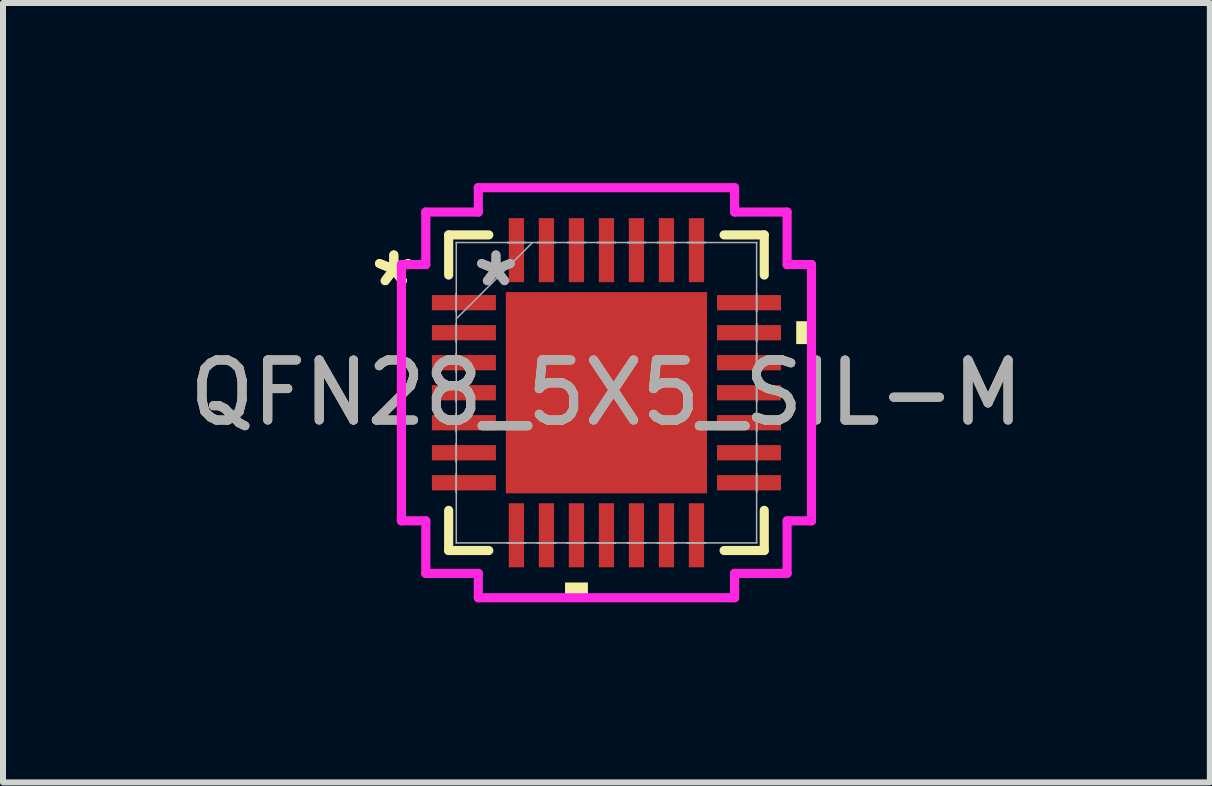
<source format=kicad_pcb>
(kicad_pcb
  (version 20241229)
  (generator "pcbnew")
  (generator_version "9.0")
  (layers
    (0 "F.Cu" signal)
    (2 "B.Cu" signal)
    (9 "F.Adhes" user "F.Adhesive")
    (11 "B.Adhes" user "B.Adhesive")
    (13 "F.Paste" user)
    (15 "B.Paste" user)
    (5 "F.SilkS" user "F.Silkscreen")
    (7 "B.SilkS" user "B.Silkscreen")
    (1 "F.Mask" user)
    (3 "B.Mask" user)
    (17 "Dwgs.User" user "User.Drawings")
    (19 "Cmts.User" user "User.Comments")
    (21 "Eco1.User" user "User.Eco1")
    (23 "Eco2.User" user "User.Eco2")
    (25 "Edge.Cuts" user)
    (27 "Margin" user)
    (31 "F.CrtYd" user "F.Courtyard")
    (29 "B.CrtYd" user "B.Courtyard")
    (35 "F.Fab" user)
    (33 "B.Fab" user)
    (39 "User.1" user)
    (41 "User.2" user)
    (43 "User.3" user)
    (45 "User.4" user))
  (footprint "QFN28_5X5_SIL-M"
    (layer "F.Cu")
    (at 7.054 3.493)
    (property "Reference" "QFN28_5X5_SIL-M" (at 0 0 0) (unlocked yes) (layer "F.SilkS") (effects (font (size 1 1) (thickness 0.15))))
    (attr smd)
    (fp_line (start -2.629 -2.629) (end -2.629 -1.96) (stroke (width 0.152) (type solid)) (layer "F.SilkS"))
    (fp_line (start -2.629 1.96) (end -2.629 2.629) (stroke (width 0.152) (type solid)) (layer "F.SilkS"))
    (fp_line (start -2.629 2.629) (end -1.96 2.629) (stroke (width 0.152) (type solid)) (layer "F.SilkS"))
    (fp_line (start -1.96 -2.629) (end -2.629 -2.629) (stroke (width 0.152) (type solid)) (layer "F.SilkS"))
    (fp_line (start 1.96 2.629) (end 2.629 2.629) (stroke (width 0.152) (type solid)) (layer "F.SilkS"))
    (fp_line (start 2.629 -2.629) (end 1.96 -2.629) (stroke (width 0.152) (type solid)) (layer "F.SilkS"))
    (fp_line (start 2.629 -1.96) (end 2.629 -2.629) (stroke (width 0.152) (type solid)) (layer "F.SilkS"))
    (fp_line (start 2.629 2.629) (end 2.629 1.96) (stroke (width 0.152) (type solid)) (layer "F.SilkS"))
    (fp_poly (pts (xy -0.69 3.162) (xy -0.69 3.416) (xy -0.309 3.416) (xy -0.309 3.162)) (stroke (width 0) (type solid)) (fill yes) (layer "F.SilkS"))
    (fp_poly (pts (xy 3.416 -1.191) (xy 3.416 -0.81) (xy 3.162 -0.81) (xy 3.162 -1.191)) (stroke (width 0) (type solid)) (fill yes) (layer "F.SilkS"))
    (fp_poly (pts (xy -1.576 -1.576) (xy -1.576 -0.1) (xy -0.1 -0.1) (xy -0.1 -1.576)) (stroke (width 0) (type solid)) (fill yes) (layer "F.Paste"))
    (fp_poly (pts (xy -1.576 0.1) (xy -1.576 1.576) (xy -0.1 1.576) (xy -0.1 0.1)) (stroke (width 0) (type solid)) (fill yes) (layer "F.Paste"))
    (fp_poly (pts (xy 0.1 -1.576) (xy 0.1 -0.1) (xy 1.576 -0.1) (xy 1.576 -1.576)) (stroke (width 0) (type solid)) (fill yes) (layer "F.Paste"))
    (fp_poly (pts (xy 0.1 0.1) (xy 0.1 1.576) (xy 1.576 1.576) (xy 1.576 0.1)) (stroke (width 0) (type solid)) (fill yes) (layer "F.Paste"))
    (fp_line (start -3.416 -2.135) (end -3.01 -2.135) (stroke (width 0.152) (type solid)) (layer "F.CrtYd"))
    (fp_line (start -3.416 2.135) (end -3.416 -2.135) (stroke (width 0.152) (type solid)) (layer "F.CrtYd"))
    (fp_line (start -3.01 -3.01) (end -2.135 -3.01) (stroke (width 0.152) (type solid)) (layer "F.CrtYd"))
    (fp_line (start -3.01 -2.135) (end -3.01 -3.01) (stroke (width 0.152) (type solid)) (layer "F.CrtYd"))
    (fp_line (start -3.01 2.135) (end -3.416 2.135) (stroke (width 0.152) (type solid)) (layer "F.CrtYd"))
    (fp_line (start -3.01 3.01) (end -3.01 2.135) (stroke (width 0.152) (type solid)) (layer "F.CrtYd"))
    (fp_line (start -2.135 -3.416) (end 2.135 -3.416) (stroke (width 0.152) (type solid)) (layer "F.CrtYd"))
    (fp_line (start -2.135 -3.01) (end -2.135 -3.416) (stroke (width 0.152) (type solid)) (layer "F.CrtYd"))
    (fp_line (start -2.135 3.01) (end -3.01 3.01) (stroke (width 0.152) (type solid)) (layer "F.CrtYd"))
    (fp_line (start -2.135 3.416) (end -2.135 3.01) (stroke (width 0.152) (type solid)) (layer "F.CrtYd"))
    (fp_line (start 2.135 -3.416) (end 2.135 -3.01) (stroke (width 0.152) (type solid)) (layer "F.CrtYd"))
    (fp_line (start 2.135 -3.01) (end 3.01 -3.01) (stroke (width 0.152) (type solid)) (layer "F.CrtYd"))
    (fp_line (start 2.135 3.01) (end 2.135 3.416) (stroke (width 0.152) (type solid)) (layer "F.CrtYd"))
    (fp_line (start 2.135 3.416) (end -2.135 3.416) (stroke (width 0.152) (type solid)) (layer "F.CrtYd"))
    (fp_line (start 3.01 -3.01) (end 3.01 -2.135) (stroke (width 0.152) (type solid)) (layer "F.CrtYd"))
    (fp_line (start 3.01 -2.135) (end 3.416 -2.135) (stroke (width 0.152) (type solid)) (layer "F.CrtYd"))
    (fp_line (start 3.01 2.135) (end 3.01 3.01) (stroke (width 0.152) (type solid)) (layer "F.CrtYd"))
    (fp_line (start 3.01 3.01) (end 2.135 3.01) (stroke (width 0.152) (type solid)) (layer "F.CrtYd"))
    (fp_line (start 3.416 -2.135) (end 3.416 2.135) (stroke (width 0.152) (type solid)) (layer "F.CrtYd"))
    (fp_line (start 3.416 2.135) (end 3.01 2.135) (stroke (width 0.152) (type solid)) (layer "F.CrtYd"))
    (fp_line (start -2.502 -2.502) (end -2.502 -2.502) (stroke (width 0.025) (type solid)) (layer "F.Fab"))
    (fp_line (start -2.502 -2.502) (end -2.502 2.502) (stroke (width 0.025) (type solid)) (layer "F.Fab"))
    (fp_line (start -2.502 -1.652) (end -2.502 -1.652) (stroke (width 0.025) (type solid)) (layer "F.Fab"))
    (fp_line (start -2.502 -1.652) (end -2.502 -1.348) (stroke (width 0.025) (type solid)) (layer "F.Fab"))
    (fp_line (start -2.502 -1.348) (end -2.502 -1.652) (stroke (width 0.025) (type solid)) (layer "F.Fab"))
    (fp_line (start -2.502 -1.348) (end -2.502 -1.348) (stroke (width 0.025) (type solid)) (layer "F.Fab"))
    (fp_line (start -2.502 -1.232) (end -1.232 -2.502) (stroke (width 0.025) (type solid)) (layer "F.Fab"))
    (fp_line (start -2.502 -1.152) (end -2.502 -1.152) (stroke (width 0.025) (type solid)) (layer "F.Fab"))
    (fp_line (start -2.502 -1.152) (end -2.502 -0.848) (stroke (width 0.025) (type solid)) (layer "F.Fab"))
    (fp_line (start -2.502 -0.848) (end -2.502 -1.152) (stroke (width 0.025) (type solid)) (layer "F.Fab"))
    (fp_line (start -2.502 -0.848) (end -2.502 -0.848) (stroke (width 0.025) (type solid)) (layer "F.Fab"))
    (fp_line (start -2.502 -0.652) (end -2.502 -0.652) (stroke (width 0.025) (type solid)) (layer "F.Fab"))
    (fp_line (start -2.502 -0.652) (end -2.502 -0.348) (stroke (width 0.025) (type solid)) (layer "F.Fab"))
    (fp_line (start -2.502 -0.348) (end -2.502 -0.652) (stroke (width 0.025) (type solid)) (layer "F.Fab"))
    (fp_line (start -2.502 -0.348) (end -2.502 -0.348) (stroke (width 0.025) (type solid)) (layer "F.Fab"))
    (fp_line (start -2.502 -0.152) (end -2.502 -0.152) (stroke (width 0.025) (type solid)) (layer "F.Fab"))
    (fp_line (start -2.502 -0.152) (end -2.502 0.152) (stroke (width 0.025) (type solid)) (layer "F.Fab"))
    (fp_line (start -2.502 0.152) (end -2.502 -0.152) (stroke (width 0.025) (type solid)) (layer "F.Fab"))
    (fp_line (start -2.502 0.152) (end -2.502 0.152) (stroke (width 0.025) (type solid)) (layer "F.Fab"))
    (fp_line (start -2.502 0.348) (end -2.502 0.348) (stroke (width 0.025) (type solid)) (layer "F.Fab"))
    (fp_line (start -2.502 0.348) (end -2.502 0.652) (stroke (width 0.025) (type solid)) (layer "F.Fab"))
    (fp_line (start -2.502 0.652) (end -2.502 0.348) (stroke (width 0.025) (type solid)) (layer "F.Fab"))
    (fp_line (start -2.502 0.652) (end -2.502 0.652) (stroke (width 0.025) (type solid)) (layer "F.Fab"))
    (fp_line (start -2.502 0.848) (end -2.502 0.848) (stroke (width 0.025) (type solid)) (layer "F.Fab"))
    (fp_line (start -2.502 0.848) (end -2.502 1.152) (stroke (width 0.025) (type solid)) (layer "F.Fab"))
    (fp_line (start -2.502 1.152) (end -2.502 0.848) (stroke (width 0.025) (type solid)) (layer "F.Fab"))
    (fp_line (start -2.502 1.152) (end -2.502 1.152) (stroke (width 0.025) (type solid)) (layer "F.Fab"))
    (fp_line (start -2.502 1.348) (end -2.502 1.348) (stroke (width 0.025) (type solid)) (layer "F.Fab"))
    (fp_line (start -2.502 1.348) (end -2.502 1.652) (stroke (width 0.025) (type solid)) (layer "F.Fab"))
    (fp_line (start -2.502 1.652) (end -2.502 1.348) (stroke (width 0.025) (type solid)) (layer "F.Fab"))
    (fp_line (start -2.502 1.652) (end -2.502 1.652) (stroke (width 0.025) (type solid)) (layer "F.Fab"))
    (fp_line (start -2.502 2.502) (end -2.502 2.502) (stroke (width 0.025) (type solid)) (layer "F.Fab"))
    (fp_line (start -2.502 2.502) (end 2.502 2.502) (stroke (width 0.025) (type solid)) (layer "F.Fab"))
    (fp_line (start -1.652 -2.502) (end -1.652 -2.502) (stroke (width 0.025) (type solid)) (layer "F.Fab"))
    (fp_line (start -1.652 -2.502) (end -1.348 -2.502) (stroke (width 0.025) (type solid)) (layer "F.Fab"))
    (fp_line (start -1.652 2.502) (end -1.652 2.502) (stroke (width 0.025) (type solid)) (layer "F.Fab"))
    (fp_line (start -1.652 2.502) (end -1.348 2.502) (stroke (width 0.025) (type solid)) (layer "F.Fab"))
    (fp_line (start -1.348 -2.502) (end -1.652 -2.502) (stroke (width 0.025) (type solid)) (layer "F.Fab"))
    (fp_line (start -1.348 -2.502) (end -1.348 -2.502) (stroke (width 0.025) (type solid)) (layer "F.Fab"))
    (fp_line (start -1.348 2.502) (end -1.652 2.502) (stroke (width 0.025) (type solid)) (layer "F.Fab"))
    (fp_line (start -1.348 2.502) (end -1.348 2.502) (stroke (width 0.025) (type solid)) (layer "F.Fab"))
    (fp_line (start -1.152 -2.502) (end -1.152 -2.502) (stroke (width 0.025) (type solid)) (layer "F.Fab"))
    (fp_line (start -1.152 -2.502) (end -0.848 -2.502) (stroke (width 0.025) (type solid)) (layer "F.Fab"))
    (fp_line (start -1.152 2.502) (end -1.152 2.502) (stroke (width 0.025) (type solid)) (layer "F.Fab"))
    (fp_line (start -1.152 2.502) (end -0.848 2.502) (stroke (width 0.025) (type solid)) (layer "F.Fab"))
    (fp_line (start -0.848 -2.502) (end -1.152 -2.502) (stroke (width 0.025) (type solid)) (layer "F.Fab"))
    (fp_line (start -0.848 -2.502) (end -0.848 -2.502) (stroke (width 0.025) (type solid)) (layer "F.Fab"))
    (fp_line (start -0.848 2.502) (end -1.152 2.502) (stroke (width 0.025) (type solid)) (layer "F.Fab"))
    (fp_line (start -0.848 2.502) (end -0.848 2.502) (stroke (width 0.025) (type solid)) (layer "F.Fab"))
    (fp_line (start -0.652 -2.502) (end -0.652 -2.502) (stroke (width 0.025) (type solid)) (layer "F.Fab"))
    (fp_line (start -0.652 -2.502) (end -0.348 -2.502) (stroke (width 0.025) (type solid)) (layer "F.Fab"))
    (fp_line (start -0.652 2.502) (end -0.652 2.502) (stroke (width 0.025) (type solid)) (layer "F.Fab"))
    (fp_line (start -0.652 2.502) (end -0.348 2.502) (stroke (width 0.025) (type solid)) (layer "F.Fab"))
    (fp_line (start -0.348 -2.502) (end -0.652 -2.502) (stroke (width 0.025) (type solid)) (layer "F.Fab"))
    (fp_line (start -0.348 -2.502) (end -0.348 -2.502) (stroke (width 0.025) (type solid)) (layer "F.Fab"))
    (fp_line (start -0.348 2.502) (end -0.652 2.502) (stroke (width 0.025) (type solid)) (layer "F.Fab"))
    (fp_line (start -0.348 2.502) (end -0.348 2.502) (stroke (width 0.025) (type solid)) (layer "F.Fab"))
    (fp_line (start -0.152 -2.502) (end -0.152 -2.502) (stroke (width 0.025) (type solid)) (layer "F.Fab"))
    (fp_line (start -0.152 -2.502) (end 0.152 -2.502) (stroke (width 0.025) (type solid)) (layer "F.Fab"))
    (fp_line (start -0.152 2.502) (end -0.152 2.502) (stroke (width 0.025) (type solid)) (layer "F.Fab"))
    (fp_line (start -0.152 2.502) (end 0.152 2.502) (stroke (width 0.025) (type solid)) (layer "F.Fab"))
    (fp_line (start 0.152 -2.502) (end -0.152 -2.502) (stroke (width 0.025) (type solid)) (layer "F.Fab"))
    (fp_line (start 0.152 -2.502) (end 0.152 -2.502) (stroke (width 0.025) (type solid)) (layer "F.Fab"))
    (fp_line (start 0.152 2.502) (end -0.152 2.502) (stroke (width 0.025) (type solid)) (layer "F.Fab"))
    (fp_line (start 0.152 2.502) (end 0.152 2.502) (stroke (width 0.025) (type solid)) (layer "F.Fab"))
    (fp_line (start 0.348 -2.502) (end 0.348 -2.502) (stroke (width 0.025) (type solid)) (layer "F.Fab"))
    (fp_line (start 0.348 -2.502) (end 0.652 -2.502) (stroke (width 0.025) (type solid)) (layer "F.Fab"))
    (fp_line (start 0.348 2.502) (end 0.348 2.502) (stroke (width 0.025) (type solid)) (layer "F.Fab"))
    (fp_line (start 0.348 2.502) (end 0.652 2.502) (stroke (width 0.025) (type solid)) (layer "F.Fab"))
    (fp_line (start 0.652 -2.502) (end 0.348 -2.502) (stroke (width 0.025) (type solid)) (layer "F.Fab"))
    (fp_line (start 0.652 -2.502) (end 0.652 -2.502) (stroke (width 0.025) (type solid)) (layer "F.Fab"))
    (fp_line (start 0.652 2.502) (end 0.348 2.502) (stroke (width 0.025) (type solid)) (layer "F.Fab"))
    (fp_line (start 0.652 2.502) (end 0.652 2.502) (stroke (width 0.025) (type solid)) (layer "F.Fab"))
    (fp_line (start 0.848 -2.502) (end 0.848 -2.502) (stroke (width 0.025) (type solid)) (layer "F.Fab"))
    (fp_line (start 0.848 -2.502) (end 1.152 -2.502) (stroke (width 0.025) (type solid)) (layer "F.Fab"))
    (fp_line (start 0.848 2.502) (end 0.848 2.502) (stroke (width 0.025) (type solid)) (layer "F.Fab"))
    (fp_line (start 0.848 2.502) (end 1.152 2.502) (stroke (width 0.025) (type solid)) (layer "F.Fab"))
    (fp_line (start 1.152 -2.502) (end 0.848 -2.502) (stroke (width 0.025) (type solid)) (layer "F.Fab"))
    (fp_line (start 1.152 -2.502) (end 1.152 -2.502) (stroke (width 0.025) (type solid)) (layer "F.Fab"))
    (fp_line (start 1.152 2.502) (end 0.848 2.502) (stroke (width 0.025) (type solid)) (layer "F.Fab"))
    (fp_line (start 1.152 2.502) (end 1.152 2.502) (stroke (width 0.025) (type solid)) (layer "F.Fab"))
    (fp_line (start 1.348 -2.502) (end 1.348 -2.502) (stroke (width 0.025) (type solid)) (layer "F.Fab"))
    (fp_line (start 1.348 -2.502) (end 1.652 -2.502) (stroke (width 0.025) (type solid)) (layer "F.Fab"))
    (fp_line (start 1.348 2.502) (end 1.348 2.502) (stroke (width 0.025) (type solid)) (layer "F.Fab"))
    (fp_line (start 1.348 2.502) (end 1.652 2.502) (stroke (width 0.025) (type solid)) (layer "F.Fab"))
    (fp_line (start 1.652 -2.502) (end 1.348 -2.502) (stroke (width 0.025) (type solid)) (layer "F.Fab"))
    (fp_line (start 1.652 -2.502) (end 1.652 -2.502) (stroke (width 0.025) (type solid)) (layer "F.Fab"))
    (fp_line (start 1.652 2.502) (end 1.348 2.502) (stroke (width 0.025) (type solid)) (layer "F.Fab"))
    (fp_line (start 1.652 2.502) (end 1.652 2.502) (stroke (width 0.025) (type solid)) (layer "F.Fab"))
    (fp_line (start 2.502 -2.502) (end -2.502 -2.502) (stroke (width 0.025) (type solid)) (layer "F.Fab"))
    (fp_line (start 2.502 -2.502) (end 2.502 -2.502) (stroke (width 0.025) (type solid)) (layer "F.Fab"))
    (fp_line (start 2.502 -1.652) (end 2.502 -1.652) (stroke (width 0.025) (type solid)) (layer "F.Fab"))
    (fp_line (start 2.502 -1.652) (end 2.502 -1.348) (stroke (width 0.025) (type solid)) (layer "F.Fab"))
    (fp_line (start 2.502 -1.348) (end 2.502 -1.652) (stroke (width 0.025) (type solid)) (layer "F.Fab"))
    (fp_line (start 2.502 -1.348) (end 2.502 -1.348) (stroke (width 0.025) (type solid)) (layer "F.Fab"))
    (fp_line (start 2.502 -1.152) (end 2.502 -1.152) (stroke (width 0.025) (type solid)) (layer "F.Fab"))
    (fp_line (start 2.502 -1.152) (end 2.502 -0.848) (stroke (width 0.025) (type solid)) (layer "F.Fab"))
    (fp_line (start 2.502 -0.848) (end 2.502 -1.152) (stroke (width 0.025) (type solid)) (layer "F.Fab"))
    (fp_line (start 2.502 -0.848) (end 2.502 -0.848) (stroke (width 0.025) (type solid)) (layer "F.Fab"))
    (fp_line (start 2.502 -0.652) (end 2.502 -0.652) (stroke (width 0.025) (type solid)) (layer "F.Fab"))
    (fp_line (start 2.502 -0.652) (end 2.502 -0.348) (stroke (width 0.025) (type solid)) (layer "F.Fab"))
    (fp_line (start 2.502 -0.348) (end 2.502 -0.652) (stroke (width 0.025) (type solid)) (layer "F.Fab"))
    (fp_line (start 2.502 -0.348) (end 2.502 -0.348) (stroke (width 0.025) (type solid)) (layer "F.Fab"))
    (fp_line (start 2.502 -0.152) (end 2.502 -0.152) (stroke (width 0.025) (type solid)) (layer "F.Fab"))
    (fp_line (start 2.502 -0.152) (end 2.502 0.152) (stroke (width 0.025) (type solid)) (layer "F.Fab"))
    (fp_line (start 2.502 0.152) (end 2.502 -0.152) (stroke (width 0.025) (type solid)) (layer "F.Fab"))
    (fp_line (start 2.502 0.152) (end 2.502 0.152) (stroke (width 0.025) (type solid)) (layer "F.Fab"))
    (fp_line (start 2.502 0.348) (end 2.502 0.348) (stroke (width 0.025) (type solid)) (layer "F.Fab"))
    (fp_line (start 2.502 0.348) (end 2.502 0.652) (stroke (width 0.025) (type solid)) (layer "F.Fab"))
    (fp_line (start 2.502 0.652) (end 2.502 0.348) (stroke (width 0.025) (type solid)) (layer "F.Fab"))
    (fp_line (start 2.502 0.652) (end 2.502 0.652) (stroke (width 0.025) (type solid)) (layer "F.Fab"))
    (fp_line (start 2.502 0.848) (end 2.502 0.848) (stroke (width 0.025) (type solid)) (layer "F.Fab"))
    (fp_line (start 2.502 0.848) (end 2.502 1.152) (stroke (width 0.025) (type solid)) (layer "F.Fab"))
    (fp_line (start 2.502 1.152) (end 2.502 0.848) (stroke (width 0.025) (type solid)) (layer "F.Fab"))
    (fp_line (start 2.502 1.152) (end 2.502 1.152) (stroke (width 0.025) (type solid)) (layer "F.Fab"))
    (fp_line (start 2.502 1.348) (end 2.502 1.348) (stroke (width 0.025) (type solid)) (layer "F.Fab"))
    (fp_line (start 2.502 1.348) (end 2.502 1.652) (stroke (width 0.025) (type solid)) (layer "F.Fab"))
    (fp_line (start 2.502 1.652) (end 2.502 1.348) (stroke (width 0.025) (type solid)) (layer "F.Fab"))
    (fp_line (start 2.502 1.652) (end 2.502 1.652) (stroke (width 0.025) (type solid)) (layer "F.Fab"))
    (fp_line (start 2.502 2.502) (end 2.502 -2.502) (stroke (width 0.025) (type solid)) (layer "F.Fab"))
    (fp_line (start 2.502 2.502) (end 2.502 2.502) (stroke (width 0.025) (type solid)) (layer "F.Fab"))
    (fp_text user "*" (at -3.543 -1.75 0) (unlocked yes) (layer "F.SilkS") (effects (font (size 1 1) (thickness 0.15))))
    (fp_text user "*" (at -3.543 -1.75 0) (layer "F.SilkS") (effects (font (size 1 1) (thickness 0.15))))
    (fp_text user "*" (at -1.841 -1.75 0) (layer "F.Fab") (effects (font (size 1 1) (thickness 0.15))))
    (fp_text user "*" (at -1.841 -1.75 0) (unlocked yes) (layer "F.Fab") (effects (font (size 1 1) (thickness 0.15))))
    (fp_text user "${REFERENCE}" (at 0 0 0) (unlocked yes) (layer "F.Fab") (effects (font (size 1 1) (thickness 0.15))))
    (pad "1" smd rect (at -2.375 -1.5 90) (size 0.254 1.067) (layers "F.Cu" "F.Mask" "F.Paste"))
    (pad "2" smd rect (at -2.375 -1 90) (size 0.254 1.067) (layers "F.Cu" "F.Mask" "F.Paste"))
    (pad "3" smd rect (at -2.375 -0.5 90) (size 0.254 1.067) (layers "F.Cu" "F.Mask" "F.Paste"))
    (pad "4" smd rect (at -2.375 0 90) (size 0.254 1.067) (layers "F.Cu" "F.Mask" "F.Paste"))
    (pad "5" smd rect (at -2.375 0.5 90) (size 0.254 1.067) (layers "F.Cu" "F.Mask" "F.Paste"))
    (pad "6" smd rect (at -2.375 1 90) (size 0.254 1.067) (layers "F.Cu" "F.Mask" "F.Paste"))
    (pad "7" smd rect (at -2.375 1.5 90) (size 0.254 1.067) (layers "F.Cu" "F.Mask" "F.Paste"))
    (pad "8" smd rect (at -1.5 2.375) (size 0.254 1.067) (layers "F.Cu" "F.Mask" "F.Paste"))
    (pad "9" smd rect (at -1 2.375) (size 0.254 1.067) (layers "F.Cu" "F.Mask" "F.Paste"))
    (pad "10" smd rect (at -0.5 2.375) (size 0.254 1.067) (layers "F.Cu" "F.Mask" "F.Paste"))
    (pad "11" smd rect (at 0 2.375) (size 0.254 1.067) (layers "F.Cu" "F.Mask" "F.Paste"))
    (pad "12" smd rect (at 0.5 2.375) (size 0.254 1.067) (layers "F.Cu" "F.Mask" "F.Paste"))
    (pad "13" smd rect (at 1 2.375) (size 0.254 1.067) (layers "F.Cu" "F.Mask" "F.Paste"))
    (pad "14" smd rect (at 1.5 2.375) (size 0.254 1.067) (layers "F.Cu" "F.Mask" "F.Paste"))
    (pad "15" smd rect (at 2.375 1.5 90) (size 0.254 1.067) (layers "F.Cu" "F.Mask" "F.Paste"))
    (pad "16" smd rect (at 2.375 1 90) (size 0.254 1.067) (layers "F.Cu" "F.Mask" "F.Paste"))
    (pad "17" smd rect (at 2.375 0.5 90) (size 0.254 1.067) (layers "F.Cu" "F.Mask" "F.Paste"))
    (pad "18" smd rect (at 2.375 0 90) (size 0.254 1.067) (layers "F.Cu" "F.Mask" "F.Paste"))
    (pad "19" smd rect (at 2.375 -0.5 90) (size 0.254 1.067) (layers "F.Cu" "F.Mask" "F.Paste"))
    (pad "20" smd rect (at 2.375 -1 90) (size 0.254 1.067) (layers "F.Cu" "F.Mask" "F.Paste"))
    (pad "21" smd rect (at 2.375 -1.5 90) (size 0.254 1.067) (layers "F.Cu" "F.Mask" "F.Paste"))
    (pad "22" smd rect (at 1.5 -2.375) (size 0.254 1.067) (layers "F.Cu" "F.Mask" "F.Paste"))
    (pad "23" smd rect (at 1 -2.375) (size 0.254 1.067) (layers "F.Cu" "F.Mask" "F.Paste"))
    (pad "24" smd rect (at 0.5 -2.375) (size 0.254 1.067) (layers "F.Cu" "F.Mask" "F.Paste"))
    (pad "25" smd rect (at 0 -2.375) (size 0.254 1.067) (layers "F.Cu" "F.Mask" "F.Paste"))
    (pad "26" smd rect (at -0.5 -2.375) (size 0.254 1.067) (layers "F.Cu" "F.Mask" "F.Paste"))
    (pad "27" smd rect (at -1 -2.375) (size 0.254 1.067) (layers "F.Cu" "F.Mask" "F.Paste"))
    (pad "28" smd rect (at -1.5 -2.375) (size 0.254 1.067) (layers "F.Cu" "F.Mask" "F.Paste"))
    (pad "29" smd rect (at 0 0) (size 3.353 3.353) (layers "F.Cu" "F.Mask" "F.Paste")))
  (gr_rect
    (start -3 -3)
    (end 17.107 9.985)
    (stroke (width 0.1) (type default))
    (fill no)
    (layer "Edge.Cuts")))
</source>
